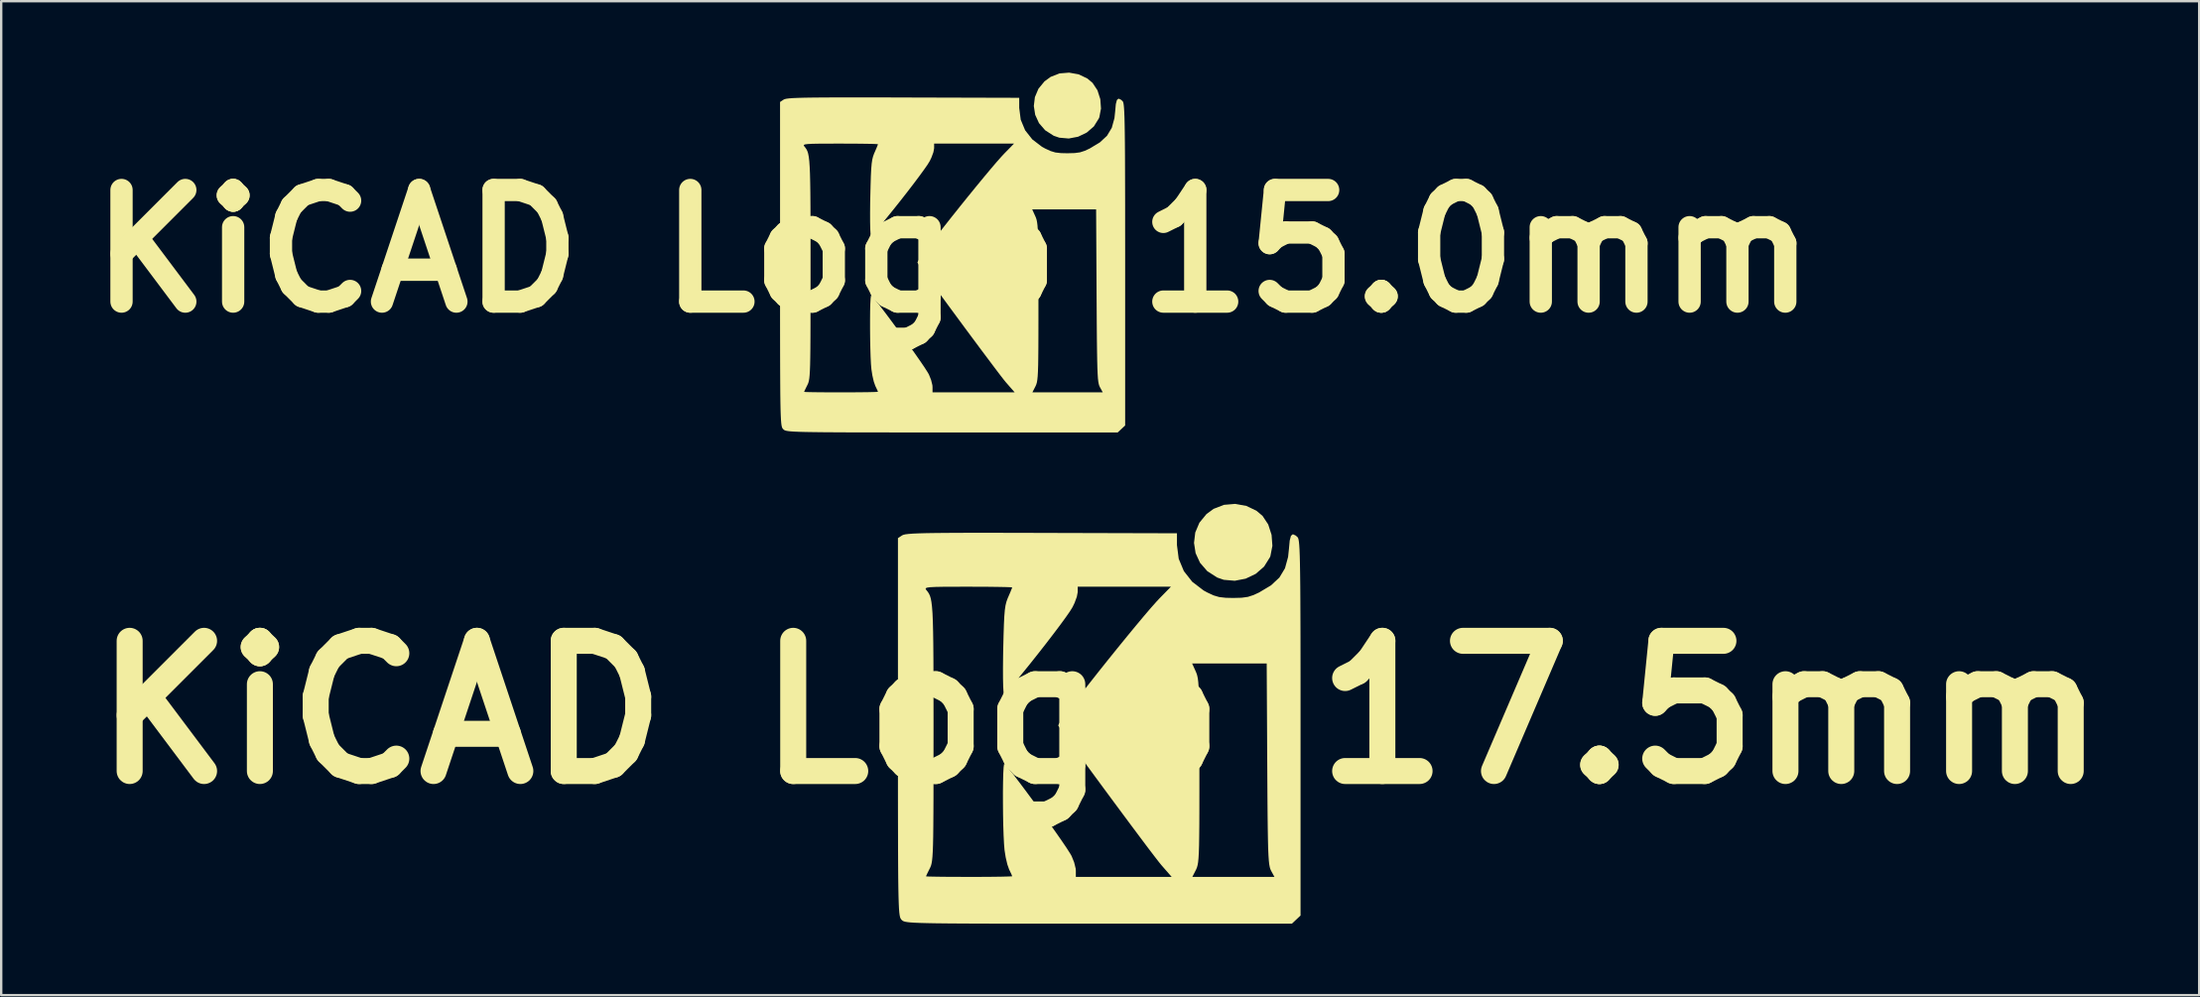
<source format=kicad_pcb>
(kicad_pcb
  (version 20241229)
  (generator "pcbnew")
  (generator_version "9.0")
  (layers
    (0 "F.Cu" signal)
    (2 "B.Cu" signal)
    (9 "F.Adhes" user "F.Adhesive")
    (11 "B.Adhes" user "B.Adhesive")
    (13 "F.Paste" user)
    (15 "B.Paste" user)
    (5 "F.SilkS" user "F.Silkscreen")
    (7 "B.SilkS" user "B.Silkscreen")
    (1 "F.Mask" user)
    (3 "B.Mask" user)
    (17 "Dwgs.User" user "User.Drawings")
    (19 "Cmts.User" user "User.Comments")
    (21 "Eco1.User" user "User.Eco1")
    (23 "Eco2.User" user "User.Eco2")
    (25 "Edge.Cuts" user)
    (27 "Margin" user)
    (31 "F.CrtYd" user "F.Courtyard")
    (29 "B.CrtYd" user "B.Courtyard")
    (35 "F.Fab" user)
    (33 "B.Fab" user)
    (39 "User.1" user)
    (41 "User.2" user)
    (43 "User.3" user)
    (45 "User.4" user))
  (footprint "KiCAD Logo 15.0mm"
    (layer "F.Cu")
    (at 36.973 7.495)
    (property "Reference" "KiCAD Logo 15.0mm" (at 0 0 180) (layer "F.SilkS") (effects (font (size 4.686 4.686) (thickness 0.936))))
    (attr board_only exclude_from_pos_files exclude_from_bom)
    (fp_poly (pts (xy 5.259 -7.423) (xy 5.622 -7.25) (xy 5.842 -7.064) (xy 6.047 -6.755) (xy 6.167 -6.38) (xy 6.196 -5.987) (xy 6.126 -5.62) (xy 6.107 -5.574) (xy 5.897 -5.237) (xy 5.596 -4.977) (xy 5.236 -4.804) (xy 4.843 -4.729) (xy 4.447 -4.763) (xy 4.211 -4.844) (xy 3.852 -5.075) (xy 3.593 -5.375) (xy 3.434 -5.722) (xy 3.376 -6.093) (xy 3.421 -6.466) (xy 3.57 -6.818) (xy 3.824 -7.128) (xy 4.082 -7.317) (xy 4.453 -7.462) (xy 4.857 -7.495)) (stroke (width 0) (type solid)) (fill yes) (layer "F.SilkS"))
    (fp_poly (pts (xy -3.526 -6.454) (xy -2.658 -6.453) (xy -2.104 -6.451) (xy 2.763 -6.438) (xy 2.763 -6.013) (xy 2.826 -5.519) (xy 3.011 -5.075) (xy 3.312 -4.692) (xy 3.72 -4.38) (xy 3.856 -4.306) (xy 4.082 -4.202) (xy 4.283 -4.142) (xy 4.516 -4.116) (xy 4.784 -4.11) (xy 5.088 -4.118) (xy 5.313 -4.148) (xy 5.516 -4.213) (xy 5.721 -4.309) (xy 6.145 -4.563) (xy 6.449 -4.845) (xy 6.649 -5.179) (xy 6.761 -5.586) (xy 6.792 -5.879) (xy 6.819 -6.175) (xy 6.864 -6.346) (xy 6.933 -6.404) (xy 7.035 -6.358) (xy 7.104 -6.295) (xy 7.121 -6.268) (xy 7.137 -6.217) (xy 7.15 -6.135) (xy 7.162 -6.014) (xy 7.172 -5.846) (xy 7.181 -5.624) (xy 7.188 -5.341) (xy 7.194 -4.987) (xy 7.199 -4.556) (xy 7.203 -4.04) (xy 7.205 -3.431) (xy 7.207 -2.721) (xy 7.209 -1.903) (xy 7.209 -0.968) (xy 7.21 0.09) (xy 7.21 0.566) (xy 7.21 7.321) (xy 7.054 7.468) (xy 6.898 7.614) (xy -0.055 7.614) (xy -1.175 7.614) (xy -2.167 7.614) (xy -3.041 7.613) (xy -3.803 7.612) (xy -4.462 7.611) (xy -5.025 7.608) (xy -5.5 7.605) (xy -5.895 7.6) (xy -6.218 7.595) (xy -6.476 7.588) (xy -6.678 7.579) (xy -6.83 7.569) (xy -6.942 7.557) (xy -7.02 7.543) (xy -7.073 7.527) (xy -7.109 7.508) (xy -7.134 7.487) (xy -7.142 7.479) (xy -7.164 7.455) (xy -7.184 7.424) (xy -7.201 7.378) (xy -7.216 7.309) (xy -7.228 7.209) (xy -7.239 7.071) (xy -7.248 6.886) (xy -7.256 6.646) (xy -7.262 6.345) (xy -7.267 5.973) (xy -7.27 5.523) (xy -7.273 4.987) (xy -7.275 4.357) (xy -7.276 3.625) (xy -7.277 2.783) (xy -7.277 1.824) (xy -7.277 0.74) (xy -7.277 0.541) (xy -7.277 -4.433) (xy -6.281 -4.433) (xy -6.256 -4.397) (xy -6.207 -4.335) (xy -6.164 -4.27) (xy -6.127 -4.192) (xy -6.096 -4.091) (xy -6.071 -3.958) (xy -6.05 -3.782) (xy -6.034 -3.554) (xy -6.021 -3.264) (xy -6.012 -2.903) (xy -6.005 -2.46) (xy -6.001 -1.925) (xy -5.998 -1.29) (xy -5.997 -0.543) (xy -5.997 0.325) (xy -5.997 0.73) (xy -5.997 1.633) (xy -5.998 2.412) (xy -5.999 3.075) (xy -6.001 3.634) (xy -6.004 4.097) (xy -6.009 4.475) (xy -6.015 4.778) (xy -6.024 5.016) (xy -6.035 5.199) (xy -6.048 5.336) (xy -6.065 5.438) (xy -6.084 5.514) (xy -6.107 5.575) (xy -6.132 5.626) (xy -6.213 5.79) (xy -6.261 5.894) (xy -6.266 5.91) (xy -6.202 5.916) (xy -6.022 5.921) (xy -5.745 5.925) (xy -5.389 5.928) (xy -4.974 5.929) (xy -4.717 5.93) (xy -4.276 5.929) (xy -3.884 5.926) (xy -3.559 5.922) (xy -3.321 5.916) (xy -3.188 5.91) (xy -3.167 5.906) (xy -3.194 5.837) (xy -3.261 5.695) (xy -3.277 5.663) (xy -3.341 5.482) (xy -3.401 5.225) (xy -3.442 4.962) (xy -3.461 4.739) (xy -3.476 4.436) (xy -3.487 4.075) (xy -3.495 3.68) (xy -3.499 3.274) (xy -3.499 2.879) (xy -3.496 2.519) (xy -3.488 2.217) (xy -3.476 1.995) (xy -3.46 1.876) (xy -3.453 1.863) (xy -3.402 1.907) (xy -3.284 2.044) (xy -3.113 2.26) (xy -2.9 2.538) (xy -2.656 2.863) (xy -2.394 3.218) (xy -2.125 3.586) (xy -1.86 3.953) (xy -1.612 4.303) (xy -1.392 4.618) (xy -1.212 4.883) (xy -1.084 5.083) (xy -1.029 5.178) (xy -0.937 5.406) (xy -0.882 5.629) (xy -0.876 5.705) (xy -0.876 5.93) (xy 0.848 5.93) (xy 2.572 5.93) (xy 2.203 5.508) (xy 2.108 5.391) (xy 1.944 5.179) (xy 1.723 4.887) (xy 1.455 4.53) (xy 1.15 4.123) (xy 0.82 3.679) (xy 0.475 3.214) (xy 0.127 2.742) (xy -0.215 2.278) (xy -0.539 1.836) (xy -0.834 1.431) (xy -1.09 1.078) (xy -1.296 0.79) (xy -1.442 0.584) (xy -1.51 0.481) (xy -1.48 0.414) (xy -1.373 0.256) (xy -1.202 0.021) (xy -0.976 -0.279) (xy -0.705 -0.631) (xy -0.4 -1.022) (xy -0.072 -1.438) (xy 0.179 -1.752) (xy 3.308 -1.752) (xy 3.438 -1.466) (xy 3.468 -1.394) (xy 3.493 -1.313) (xy 3.513 -1.212) (xy 3.53 -1.077) (xy 3.542 -0.897) (xy 3.552 -0.659) (xy 3.559 -0.353) (xy 3.564 0.036) (xy 3.567 0.518) (xy 3.569 1.106) (xy 3.57 1.812) (xy 3.57 2.125) (xy 3.57 2.881) (xy 3.569 3.513) (xy 3.567 4.035) (xy 3.563 4.458) (xy 3.558 4.795) (xy 3.549 5.056) (xy 3.538 5.254) (xy 3.523 5.401) (xy 3.505 5.51) (xy 3.482 5.591) (xy 3.455 5.657) (xy 3.444 5.679) (xy 3.316 5.93) (xy 4.793 5.93) (xy 6.27 5.93) (xy 6.15 5.711) (xy 6.124 5.654) (xy 6.102 5.581) (xy 6.083 5.48) (xy 6.067 5.34) (xy 6.055 5.15) (xy 6.044 4.898) (xy 6.036 4.574) (xy 6.029 4.166) (xy 6.023 3.664) (xy 6.018 3.055) (xy 6.014 2.329) (xy 6.011 1.87) (xy 5.991 -1.752) (xy 4.65 -1.752) (xy 3.308 -1.752) (xy 0.179 -1.752) (xy 0.27 -1.867) (xy 0.615 -2.295) (xy 0.953 -2.71) (xy 1.273 -3.099) (xy 1.565 -3.448) (xy 1.818 -3.745) (xy 2.023 -3.976) (xy 2.131 -4.092) (xy 2.545 -4.515) (xy 0.868 -4.515) (xy -0.809 -4.515) (xy -0.809 -4.32) (xy -0.84 -4.152) (xy -0.922 -3.929) (xy -0.994 -3.78) (xy -1.087 -3.629) (xy -1.243 -3.406) (xy -1.448 -3.126) (xy -1.689 -2.805) (xy -1.955 -2.459) (xy -2.233 -2.104) (xy -2.511 -1.755) (xy -2.775 -1.428) (xy -3.013 -1.14) (xy -3.213 -0.905) (xy -3.362 -0.741) (xy -3.449 -0.662) (xy -3.463 -0.658) (xy -3.479 -0.733) (xy -3.49 -0.925) (xy -3.497 -1.216) (xy -3.498 -1.587) (xy -3.494 -2.021) (xy -3.489 -2.252) (xy -3.477 -2.76) (xy -3.465 -3.154) (xy -3.45 -3.452) (xy -3.431 -3.675) (xy -3.406 -3.844) (xy -3.373 -3.977) (xy -3.33 -4.095) (xy -3.311 -4.138) (xy -3.23 -4.325) (xy -3.178 -4.455) (xy -3.167 -4.489) (xy -3.231 -4.496) (xy -3.412 -4.503) (xy -3.69 -4.508) (xy -4.047 -4.512) (xy -4.465 -4.514) (xy -4.761 -4.515) (xy -5.263 -4.514) (xy -5.646 -4.512) (xy -5.924 -4.507) (xy -6.111 -4.497) (xy -6.223 -4.483) (xy -6.275 -4.462) (xy -6.281 -4.433) (xy -7.277 -4.433) (xy -7.277 -6.263) (xy -7.124 -6.364) (xy -7.08 -6.383) (xy -7.007 -6.4) (xy -6.896 -6.414) (xy -6.737 -6.426) (xy -6.521 -6.435) (xy -6.24 -6.443) (xy -5.883 -6.448) (xy -5.443 -6.452) (xy -4.909 -6.454) (xy -4.273 -6.455)) (stroke (width 0) (type solid)) (fill yes) (layer "F.SilkS")))
  (footprint "KiCAD Logo 17.5mm"
    (layer "F.Cu")
    (at 43.135 26.854)
    (property "Reference" "KiCAD Logo 17.5mm" (at 0 0 180) (layer "F.SilkS") (effects (font (size 5.467 5.467) (thickness 1.092))))
    (attr board_only exclude_from_pos_files exclude_from_bom)
    (fp_poly (pts (xy 6.135 -8.66) (xy 6.559 -8.458) (xy 6.816 -8.241) (xy 7.054 -7.881) (xy 7.195 -7.444) (xy 7.229 -6.985) (xy 7.146 -6.556) (xy 7.125 -6.503) (xy 6.879 -6.11) (xy 6.529 -5.807) (xy 6.108 -5.605) (xy 5.65 -5.517) (xy 5.188 -5.557) (xy 4.913 -5.652) (xy 4.495 -5.921) (xy 4.192 -6.271) (xy 4.006 -6.676) (xy 3.939 -7.108) (xy 3.991 -7.544) (xy 4.165 -7.955) (xy 4.461 -8.316) (xy 4.762 -8.537) (xy 5.196 -8.705) (xy 5.667 -8.745)) (stroke (width 0) (type solid)) (fill yes) (layer "F.SilkS"))
    (fp_poly (pts (xy -4.114 -7.53) (xy -3.101 -7.528) (xy -2.454 -7.526) (xy 3.223 -7.511) (xy 3.223 -7.015) (xy 3.297 -6.439) (xy 3.513 -5.921) (xy 3.864 -5.474) (xy 4.341 -5.11) (xy 4.498 -5.024) (xy 4.762 -4.902) (xy 4.997 -4.833) (xy 5.268 -4.802) (xy 5.581 -4.795) (xy 5.936 -4.804) (xy 6.198 -4.84) (xy 6.435 -4.916) (xy 6.674 -5.027) (xy 7.169 -5.323) (xy 7.524 -5.653) (xy 7.758 -6.042) (xy 7.888 -6.517) (xy 7.924 -6.859) (xy 7.956 -7.204) (xy 8.008 -7.404) (xy 8.089 -7.471) (xy 8.207 -7.417) (xy 8.288 -7.345) (xy 8.308 -7.312) (xy 8.326 -7.253) (xy 8.342 -7.157) (xy 8.356 -7.016) (xy 8.368 -6.821) (xy 8.378 -6.562) (xy 8.386 -6.231) (xy 8.393 -5.818) (xy 8.399 -5.315) (xy 8.403 -4.713) (xy 8.406 -4.002) (xy 8.409 -3.174) (xy 8.41 -2.22) (xy 8.411 -1.13) (xy 8.411 0.105) (xy 8.411 0.66) (xy 8.411 8.541) (xy 8.229 8.712) (xy 8.048 8.883) (xy -0.064 8.883) (xy -1.37 8.883) (xy -2.529 8.883) (xy -3.548 8.882) (xy -4.437 8.881) (xy -5.206 8.879) (xy -5.862 8.876) (xy -6.417 8.872) (xy -6.878 8.867) (xy -7.254 8.86) (xy -7.555 8.852) (xy -7.79 8.842) (xy -7.969 8.83) (xy -8.099 8.816) (xy -8.19 8.8) (xy -8.252 8.781) (xy -8.293 8.76) (xy -8.323 8.735) (xy -8.333 8.726) (xy -8.358 8.698) (xy -8.381 8.661) (xy -8.401 8.608) (xy -8.418 8.527) (xy -8.433 8.411) (xy -8.446 8.249) (xy -8.456 8.033) (xy -8.465 7.754) (xy -8.472 7.402) (xy -8.478 6.968) (xy -8.482 6.443) (xy -8.485 5.818) (xy -8.487 5.083) (xy -8.489 4.229) (xy -8.49 3.247) (xy -8.49 2.128) (xy -8.49 0.863) (xy -8.49 0.631) (xy -8.49 -5.172) (xy -7.327 -5.172) (xy -7.299 -5.129) (xy -7.241 -5.057) (xy -7.191 -4.981) (xy -7.148 -4.89) (xy -7.112 -4.773) (xy -7.083 -4.617) (xy -7.059 -4.412) (xy -7.039 -4.147) (xy -7.025 -3.809) (xy -7.014 -3.387) (xy -7.006 -2.87) (xy -7.001 -2.246) (xy -6.998 -1.505) (xy -6.997 -0.633) (xy -6.996 0.379) (xy -6.996 0.852) (xy -6.997 1.905) (xy -6.997 2.814) (xy -6.998 3.588) (xy -7.001 4.239) (xy -7.005 4.78) (xy -7.01 5.221) (xy -7.018 5.575) (xy -7.028 5.852) (xy -7.041 6.066) (xy -7.057 6.226) (xy -7.076 6.344) (xy -7.098 6.433) (xy -7.125 6.504) (xy -7.154 6.564) (xy -7.249 6.755) (xy -7.305 6.877) (xy -7.311 6.895) (xy -7.236 6.902) (xy -7.026 6.907) (xy -6.702 6.912) (xy -6.287 6.916) (xy -5.803 6.917) (xy -5.503 6.918) (xy -4.989 6.917) (xy -4.531 6.914) (xy -4.153 6.909) (xy -3.875 6.902) (xy -3.72 6.895) (xy -3.695 6.891) (xy -3.726 6.809) (xy -3.804 6.645) (xy -3.823 6.607) (xy -3.897 6.396) (xy -3.968 6.095) (xy -4.016 5.789) (xy -4.037 5.529) (xy -4.055 5.175) (xy -4.069 4.754) (xy -4.078 4.293) (xy -4.082 3.82) (xy -4.083 3.359) (xy -4.078 2.939) (xy -4.069 2.586) (xy -4.055 2.327) (xy -4.037 2.189) (xy -4.029 2.174) (xy -3.969 2.224) (xy -3.832 2.385) (xy -3.632 2.637) (xy -3.383 2.961) (xy -3.099 3.34) (xy -2.793 3.754) (xy -2.479 4.184) (xy -2.17 4.612) (xy -1.881 5.02) (xy -1.624 5.388) (xy -1.414 5.697) (xy -1.265 5.93) (xy -1.201 6.04) (xy -1.093 6.307) (xy -1.029 6.567) (xy -1.022 6.656) (xy -1.022 6.918) (xy 0.989 6.918) (xy 3.001 6.918) (xy 2.571 6.426) (xy 2.46 6.289) (xy 2.269 6.042) (xy 2.01 5.702) (xy 1.697 5.285) (xy 1.342 4.81) (xy 0.957 4.292) (xy 0.555 3.75) (xy 0.148 3.199) (xy -0.25 2.658) (xy -0.628 2.142) (xy -0.973 1.67) (xy -1.272 1.257) (xy -1.512 0.922) (xy -1.682 0.681) (xy -1.762 0.561) (xy -1.726 0.483) (xy -1.602 0.299) (xy -1.402 0.024) (xy -1.138 -0.326) (xy -0.823 -0.736) (xy -0.467 -1.192) (xy -0.084 -1.678) (xy 0.208 -2.044) (xy 3.86 -2.044) (xy 4.011 -1.71) (xy 4.046 -1.626) (xy 4.075 -1.532) (xy 4.099 -1.414) (xy 4.118 -1.256) (xy 4.133 -1.046) (xy 4.144 -0.769) (xy 4.152 -0.411) (xy 4.158 0.042) (xy 4.162 0.604) (xy 4.164 1.29) (xy 4.164 2.114) (xy 4.165 2.479) (xy 4.165 3.361) (xy 4.164 4.099) (xy 4.162 4.708) (xy 4.157 5.201) (xy 4.151 5.594) (xy 4.141 5.898) (xy 4.128 6.13) (xy 4.111 6.302) (xy 4.089 6.428) (xy 4.063 6.522) (xy 4.031 6.6) (xy 4.018 6.626) (xy 3.869 6.918) (xy 5.592 6.918) (xy 7.315 6.918) (xy 7.175 6.662) (xy 7.145 6.596) (xy 7.119 6.511) (xy 7.097 6.393) (xy 7.079 6.23) (xy 7.064 6.008) (xy 7.051 5.715) (xy 7.042 5.337) (xy 7.034 4.861) (xy 7.027 4.274) (xy 7.021 3.564) (xy 7.016 2.717) (xy 7.013 2.181) (xy 6.99 -2.044) (xy 5.425 -2.044) (xy 3.86 -2.044) (xy 0.208 -2.044) (xy 0.315 -2.178) (xy 0.718 -2.678) (xy 1.112 -3.162) (xy 1.485 -3.615) (xy 1.826 -4.023) (xy 2.121 -4.369) (xy 2.36 -4.638) (xy 2.487 -4.774) (xy 2.969 -5.267) (xy 1.013 -5.267) (xy -0.943 -5.267) (xy -0.943 -5.04) (xy -0.98 -4.844) (xy -1.076 -4.584) (xy -1.16 -4.41) (xy -1.269 -4.234) (xy -1.45 -3.974) (xy -1.689 -3.647) (xy -1.971 -3.273) (xy -2.281 -2.869) (xy -2.606 -2.454) (xy -2.929 -2.047) (xy -3.237 -1.666) (xy -3.515 -1.33) (xy -3.749 -1.056) (xy -3.923 -0.864) (xy -4.023 -0.772) (xy -4.04 -0.767) (xy -4.059 -0.855) (xy -4.072 -1.079) (xy -4.08 -1.418) (xy -4.081 -1.852) (xy -4.076 -2.358) (xy -4.071 -2.627) (xy -4.057 -3.22) (xy -4.042 -3.679) (xy -4.025 -4.027) (xy -4.003 -4.288) (xy -3.974 -4.484) (xy -3.935 -4.64) (xy -3.885 -4.777) (xy -3.863 -4.827) (xy -3.769 -5.046) (xy -3.708 -5.197) (xy -3.695 -5.238) (xy -3.77 -5.246) (xy -3.98 -5.253) (xy -4.305 -5.259) (xy -4.722 -5.264) (xy -5.209 -5.266) (xy -5.554 -5.267) (xy -6.141 -5.266) (xy -6.587 -5.264) (xy -6.911 -5.258) (xy -7.13 -5.247) (xy -7.26 -5.23) (xy -7.32 -5.206) (xy -7.327 -5.172) (xy -8.49 -5.172) (xy -8.49 -7.307) (xy -8.311 -7.425) (xy -8.26 -7.447) (xy -8.175 -7.467) (xy -8.045 -7.483) (xy -7.86 -7.497) (xy -7.608 -7.508) (xy -7.28 -7.517) (xy -6.864 -7.523) (xy -6.35 -7.527) (xy -5.727 -7.53) (xy -4.985 -7.531)) (stroke (width 0) (type solid)) (fill yes) (layer "F.SilkS")))
  (gr_rect
    (start -3 -3)
    (end 89.27 38.737)
    (stroke (width 0.1) (type default))
    (fill no)
    (layer "Edge.Cuts")))
</source>
